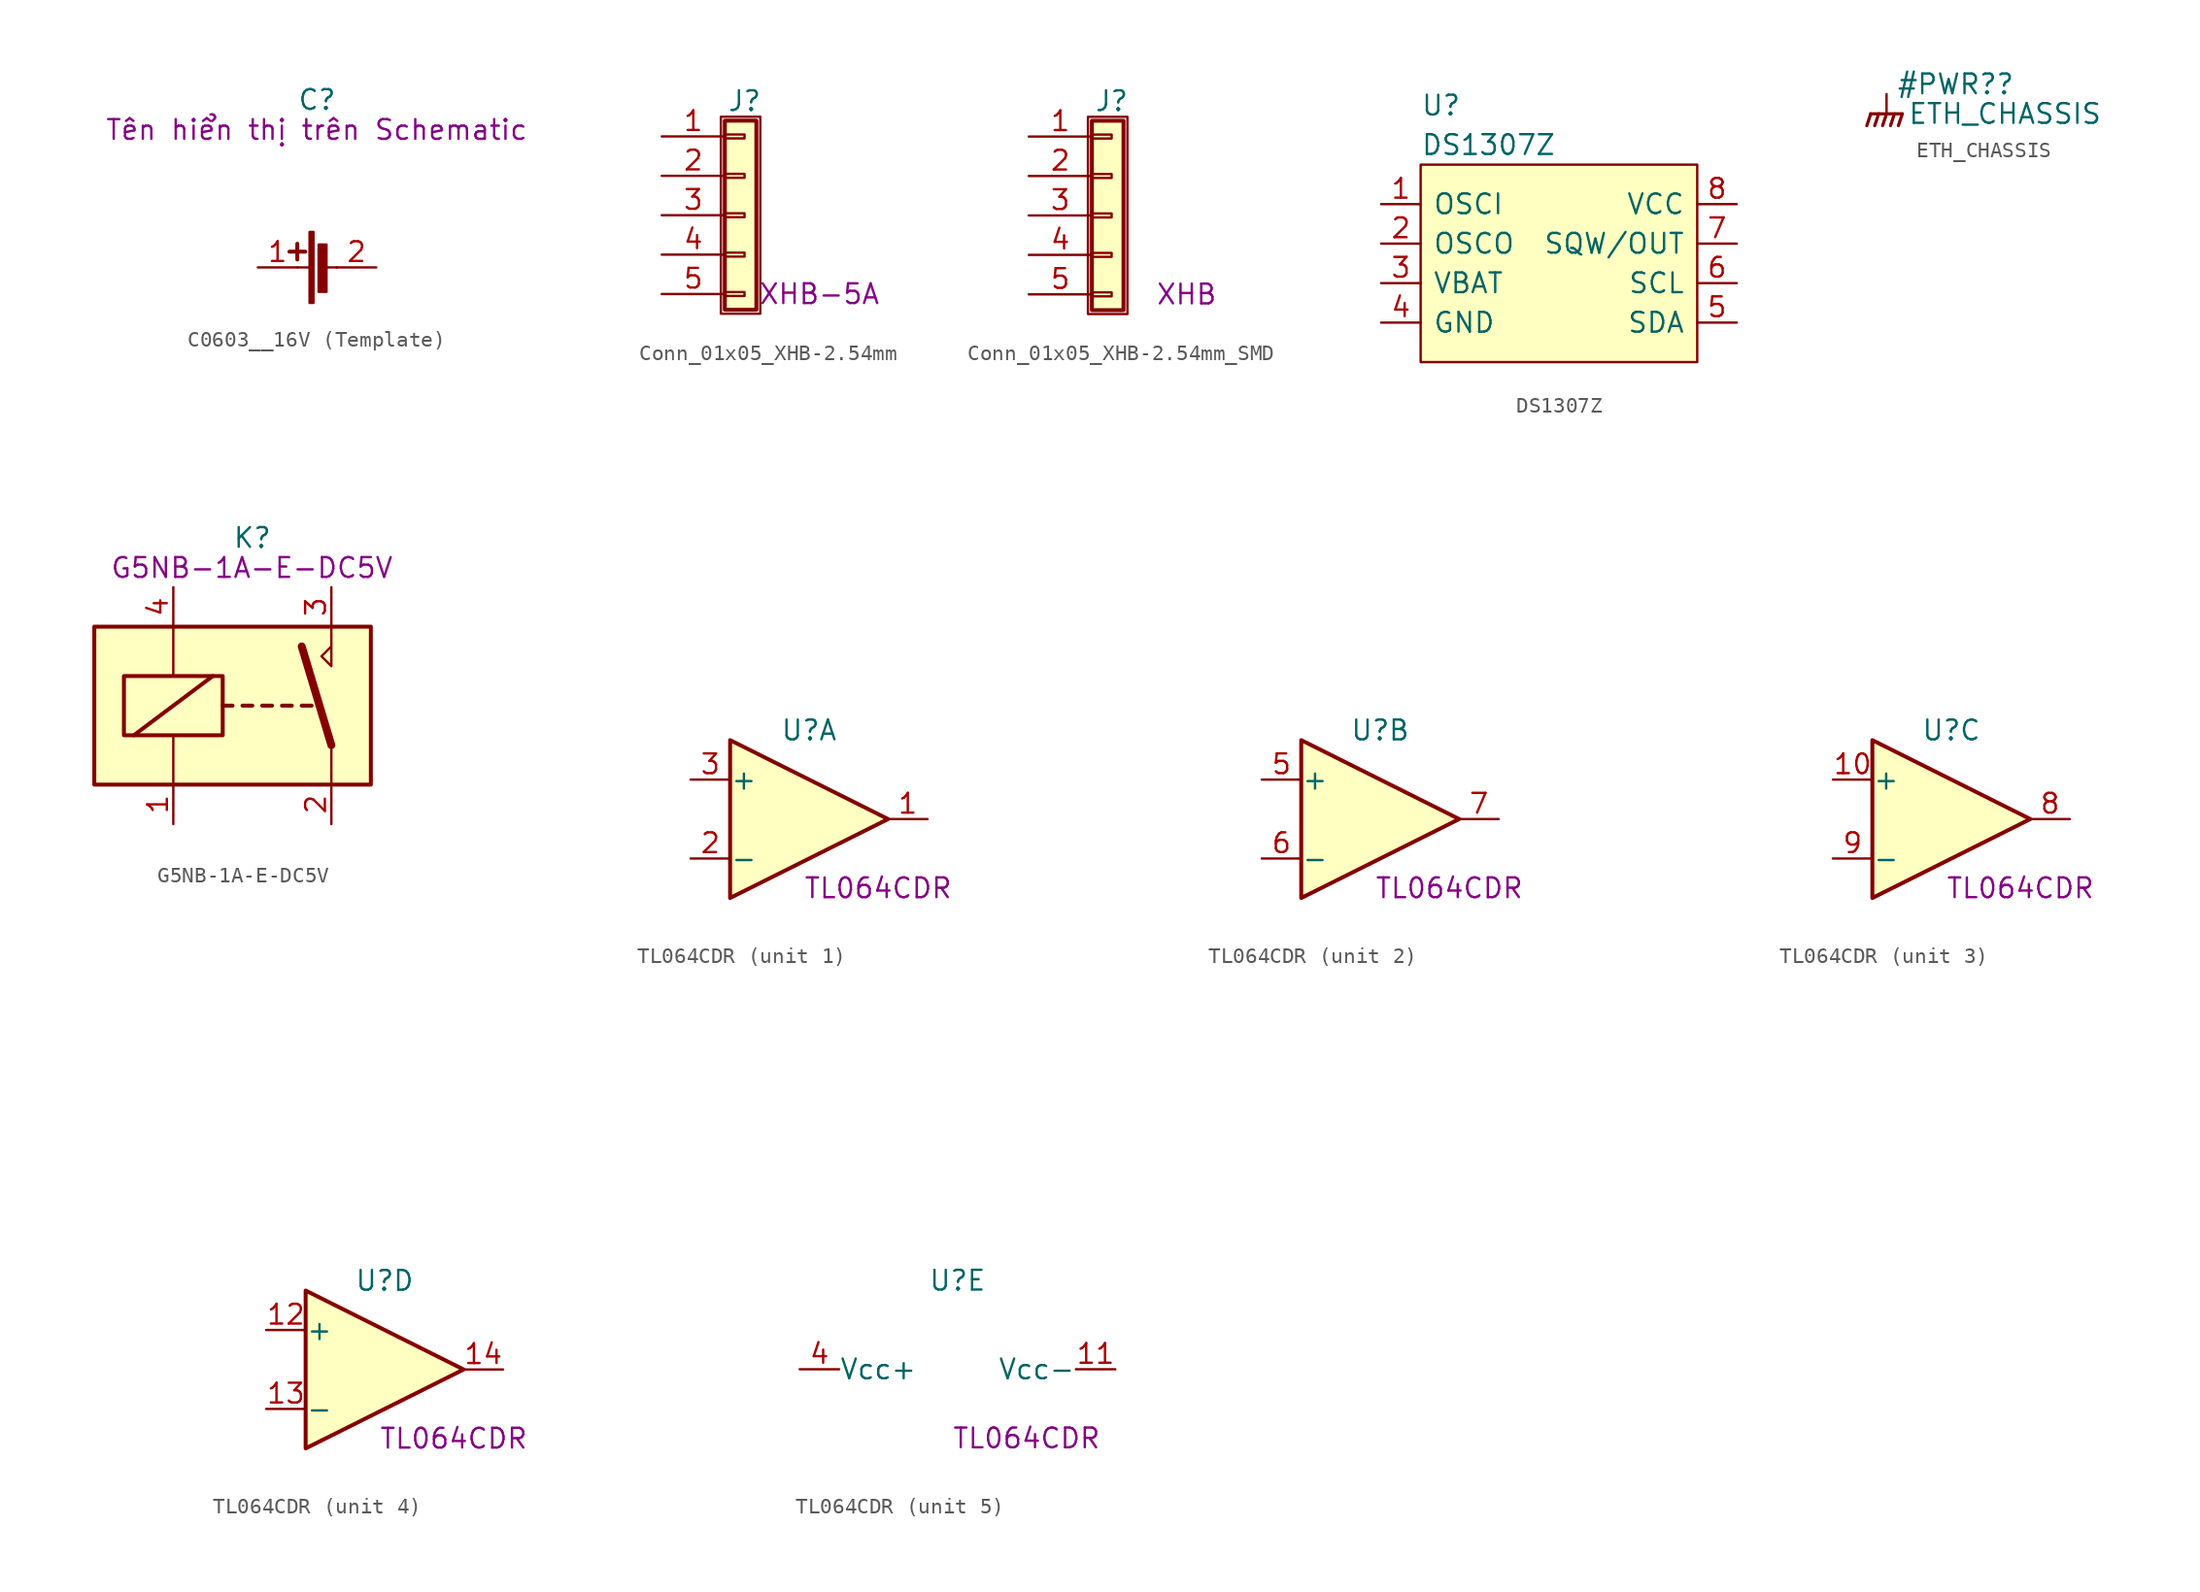
<source format=kicad_sym>
(kicad_symbol_lib
  (version 20211014)
  (generator kicad_symbol_editor)
  (symbol "C0603__16V (Template)"
    (pin_names
      (offset 1.016))
    (property "Reference" "C"
      (at 0 10.795 0)
      (effects (font (size 1.27 1.27))))
    (property "Symbol" "Tên hiển thị trên Schematic"
      (at -0.025 8.865 0)
      (effects (font (size 1.27 1.27))))
    (symbol "C0603__16V (Template)_0_1"
      (rectangle (start -0.483 -2.286) (end -0.229 2.286) (stroke (width 0) (type default) (color 0 0 0 0)) (fill (type outline)))
      (polyline (pts (xy -1.778 1.016) (xy -0.762 1.016)) (stroke (width 0.254) (type default) (color 0 0 0 0)) (fill (type none)))
      (polyline (pts (xy -1.27 0.508) (xy -1.27 1.524)) (stroke (width 0.254) (type default) (color 0 0 0 0)) (fill (type none)))
      (polyline (pts (xy -0.483 0) (xy -1.245 0)) (stroke (width 0) (type default) (color 0 0 0 0)) (fill (type none)))
      (polyline (pts (xy 0.533 0) (xy 1.295 0)) (stroke (width 0) (type default) (color 0 0 0 0)) (fill (type none)))
      (rectangle (start 0.102 -1.575) (end 0.61 1.473) (stroke (width 0) (type default) (color 0 0 0 0)) (fill (type outline))))
    (symbol "C0603__16V (Template)_1_1"
      (pin passive line (at -3.81 0 0) (length 2.54) (name "~" (effects (font (size 1.27 1.27)))) (number "1" (effects (font (size 1.27 1.27)))))
      (pin passive line (at 3.81 0 180) (length 2.54) (name "~" (effects (font (size 1.27 1.27)))) (number "2" (effects (font (size 1.27 1.27)))))))
  (symbol "Conn_01x05_XHB-2.54mm"
    (pin_names
      (offset 1.016) hide)
    (property "Reference" "J"
      (at 0.254 7.366 0)
      (effects (font (size 1.27 1.27))))
    (property "Symbol" "XHB-5A"
      (at 5.08 -5.08 0)
      (effects (font (size 1.27 1.27))))
    (symbol "Conn_01x05_XHB-2.54mm_1_1"
      (rectangle (start -1.27 6.35) (end 1.27 -6.35) (stroke (width 0.152) (type default) (color 0 0 0 0)) (fill (type none)))
      (rectangle (start -1.016 -4.953) (end 0.254 -5.207) (stroke (width 0.152) (type default) (color 0 0 0 0)) (fill (type none)))
      (rectangle (start -1.016 -2.413) (end 0.254 -2.667) (stroke (width 0.152) (type default) (color 0 0 0 0)) (fill (type none)))
      (rectangle (start -1.016 0.127) (end 0.254 -0.127) (stroke (width 0.152) (type default) (color 0 0 0 0)) (fill (type none)))
      (rectangle (start -1.016 2.667) (end 0.254 2.413) (stroke (width 0.152) (type default) (color 0 0 0 0)) (fill (type none)))
      (rectangle (start -1.016 5.207) (end 0.254 4.953) (stroke (width 0.152) (type default) (color 0 0 0 0)) (fill (type none)))
      (rectangle (start -1.016 6.096) (end 1.016 -6.096) (stroke (width 0.254) (type default) (color 0 0 0 0)) (fill (type background)))
      (pin passive line (at -5.08 5.08 0) (length 4.064) (name "Pin_1" (effects (font (size 1.27 1.27)))) (number "1" (effects (font (size 1.27 1.27)))))
      (pin passive line (at -5.08 2.54 0) (length 4.064) (name "Pin_2" (effects (font (size 1.27 1.27)))) (number "2" (effects (font (size 1.27 1.27)))))
      (pin passive line (at -5.08 0 0) (length 4.064) (name "Pin_3" (effects (font (size 1.27 1.27)))) (number "3" (effects (font (size 1.27 1.27)))))
      (pin passive line (at -5.08 -2.54 0) (length 4.064) (name "Pin_4" (effects (font (size 1.27 1.27)))) (number "4" (effects (font (size 1.27 1.27)))))
      (pin passive line (at -5.08 -5.08 0) (length 4.064) (name "Pin_5" (effects (font (size 1.27 1.27)))) (number "5" (effects (font (size 1.27 1.27)))))))
  (symbol "Conn_01x05_XHB-2.54mm_SMD"
    (pin_names
      (offset 1.016) hide)
    (property "Reference" "J"
      (at 0.254 7.366 0)
      (effects (font (size 1.27 1.27))))
    (property "Symbol" "XHB"
      (at 5.08 -5.08 0)
      (effects (font (size 1.27 1.27))))
    (symbol "Conn_01x05_XHB-2.54mm_SMD_1_1"
      (rectangle (start -1.27 6.35) (end 1.27 -6.35) (stroke (width 0.152) (type default) (color 0 0 0 0)) (fill (type none)))
      (rectangle (start -1.016 -4.953) (end 0.254 -5.207) (stroke (width 0.152) (type default) (color 0 0 0 0)) (fill (type none)))
      (rectangle (start -1.016 -2.413) (end 0.254 -2.667) (stroke (width 0.152) (type default) (color 0 0 0 0)) (fill (type none)))
      (rectangle (start -1.016 0.127) (end 0.254 -0.127) (stroke (width 0.152) (type default) (color 0 0 0 0)) (fill (type none)))
      (rectangle (start -1.016 2.667) (end 0.254 2.413) (stroke (width 0.152) (type default) (color 0 0 0 0)) (fill (type none)))
      (rectangle (start -1.016 5.207) (end 0.254 4.953) (stroke (width 0.152) (type default) (color 0 0 0 0)) (fill (type none)))
      (rectangle (start -1.016 6.096) (end 1.016 -6.096) (stroke (width 0.254) (type default) (color 0 0 0 0)) (fill (type background)))
      (pin passive line (at -5.08 5.08 0) (length 4.064) (name "Pin_1" (effects (font (size 1.27 1.27)))) (number "1" (effects (font (size 1.27 1.27)))))
      (pin passive line (at -5.08 2.54 0) (length 4.064) (name "Pin_2" (effects (font (size 1.27 1.27)))) (number "2" (effects (font (size 1.27 1.27)))))
      (pin passive line (at -5.08 0 0) (length 4.064) (name "Pin_3" (effects (font (size 1.27 1.27)))) (number "3" (effects (font (size 1.27 1.27)))))
      (pin passive line (at -5.08 -2.54 0) (length 4.064) (name "Pin_4" (effects (font (size 1.27 1.27)))) (number "4" (effects (font (size 1.27 1.27)))))
      (pin passive line (at -5.08 -5.08 0) (length 4.064) (name "Pin_5" (effects (font (size 1.27 1.27)))) (number "5" (effects (font (size 1.27 1.27)))))))
  (symbol "DS1307Z"
    (pin_names
      (offset 0.762))
    (property "Reference" "U"
      (at -8.89 10.16 0)
      (effects (font (size 1.27 1.27)) (justify left)))
    (property "Value" "DS1307Z"
      (at -8.89 7.62 0)
      (effects (font (size 1.27 1.27)) (justify left)))
    (symbol "DS1307Z_0_0"
      (pin passive line (at -11.43 3.81 0) (length 2.54) (name "OSCI" (effects (font (size 1.27 1.27)))) (number "1" (effects (font (size 1.27 1.27)))))
      (pin passive line (at -11.43 1.27 0) (length 2.54) (name "OSCO" (effects (font (size 1.27 1.27)))) (number "2" (effects (font (size 1.27 1.27)))))
      (pin passive line (at -11.43 -1.27 0) (length 2.54) (name "VBAT" (effects (font (size 1.27 1.27)))) (number "3" (effects (font (size 1.27 1.27)))))
      (pin passive line (at -11.43 -3.81 0) (length 2.54) (name "GND" (effects (font (size 1.27 1.27)))) (number "4" (effects (font (size 1.27 1.27)))))
      (pin passive line (at 11.43 -3.81 180) (length 2.54) (name "SDA" (effects (font (size 1.27 1.27)))) (number "5" (effects (font (size 1.27 1.27)))))
      (pin passive line (at 11.43 -1.27 180) (length 2.54) (name "SCL" (effects (font (size 1.27 1.27)))) (number "6" (effects (font (size 1.27 1.27)))))
      (pin passive line (at 11.43 1.27 180) (length 2.54) (name "SQW/OUT" (effects (font (size 1.27 1.27)))) (number "7" (effects (font (size 1.27 1.27)))))
      (pin passive line (at 11.43 3.81 180) (length 2.54) (name "VCC" (effects (font (size 1.27 1.27)))) (number "8" (effects (font (size 1.27 1.27))))))
    (symbol "DS1307Z_0_1"
      (polyline (pts (xy -8.89 6.35) (xy 8.89 6.35) (xy 8.89 -6.35) (xy -8.89 -6.35) (xy -8.89 6.35)) (stroke (width 0.152) (type default) (color 0 0 0 0)) (fill (type background)))))
  (symbol "ETH_CHASSIS"
    (power)
    (property "Reference" "#PWR?"
      (at 4.445 0.635 0)
      (effects (font (size 1.27 1.27))))
    (property "Value" "ETH_CHASSIS"
      (at 7.62 -1.27 0)
      (effects (font (size 1.27 1.27))))
    (symbol "ETH_CHASSIS_0_1"
      (polyline (pts (xy 0 -1.27) (xy 0 0)) (stroke (width 0) (type default) (color 0 0 0 0)) (fill (type none)))
      (polyline (pts (xy -1.016 -1.27) (xy -1.27 -2.032) (xy -1.27 -2.032)) (stroke (width 0.203) (type default) (color 0 0 0 0)) (fill (type none)))
      (polyline (pts (xy -0.508 -1.27) (xy -0.762 -2.032) (xy -0.762 -2.032)) (stroke (width 0.203) (type default) (color 0 0 0 0)) (fill (type none)))
      (polyline (pts (xy 0 -1.27) (xy -0.254 -2.032) (xy -0.254 -2.032)) (stroke (width 0.203) (type default) (color 0 0 0 0)) (fill (type none)))
      (polyline (pts (xy 0.508 -1.27) (xy 0.254 -2.032) (xy 0.254 -2.032)) (stroke (width 0.203) (type default) (color 0 0 0 0)) (fill (type none)))
      (polyline (pts (xy 1.016 -1.27) (xy -1.016 -1.27) (xy -1.016 -1.27)) (stroke (width 0.203) (type default) (color 0 0 0 0)) (fill (type none)))
      (polyline (pts (xy 1.016 -1.27) (xy 0.762 -2.032) (xy 0.762 -2.032) (xy 0.762 -2.032)) (stroke (width 0.203) (type default) (color 0 0 0 0)) (fill (type none))))
    (symbol "ETH_CHASSIS_1_1"
      (pin power_in line (at 0 0 270) (length 0) hide (name "ETH_CHASSIS" (effects (font (size 1.27 1.27)))) (number "1" (effects (font (size 1.27 1.27)))))))
  (symbol "G5NB-1A-E-DC5V"
    (pin_names
      (offset 1.016))
    (property "Reference" "K"
      (at 0 10.795 0)
      (effects (font (size 1.27 1.27))))
    (property "Symbol" "G5NB-1A-E-DC5V"
      (at -0.025 8.865 0)
      (effects (font (size 1.27 1.27))))
    (symbol "G5NB-1A-E-DC5V_0_0"
      (polyline (pts (xy 5.08 5.08) (xy 5.08 2.54) (xy 4.445 3.175) (xy 5.08 3.81)) (stroke (width 0) (type default) (color 0 0 0 0)) (fill (type none))))
    (symbol "G5NB-1A-E-DC5V_0_1"
      (rectangle (start -10.16 5.08) (end 7.62 -5.08) (stroke (width 0.254) (type default) (color 0 0 0 0)) (fill (type background)))
      (rectangle (start -8.255 1.905) (end -1.905 -1.905) (stroke (width 0.254) (type default) (color 0 0 0 0)) (fill (type none)))
      (polyline (pts (xy -7.62 -1.905) (xy -2.54 1.905)) (stroke (width 0.254) (type default) (color 0 0 0 0)) (fill (type none)))
      (polyline (pts (xy -5.08 -5.08) (xy -5.08 -1.905)) (stroke (width 0) (type default) (color 0 0 0 0)) (fill (type none)))
      (polyline (pts (xy -5.08 5.08) (xy -5.08 1.905)) (stroke (width 0) (type default) (color 0 0 0 0)) (fill (type none)))
      (polyline (pts (xy -1.905 0) (xy -1.27 0)) (stroke (width 0.254) (type default) (color 0 0 0 0)) (fill (type none)))
      (polyline (pts (xy -0.635 0) (xy 0 0)) (stroke (width 0.254) (type default) (color 0 0 0 0)) (fill (type none)))
      (polyline (pts (xy 0.635 0) (xy 1.27 0)) (stroke (width 0.254) (type default) (color 0 0 0 0)) (fill (type none)))
      (polyline (pts (xy 1.905 0) (xy 2.54 0)) (stroke (width 0.254) (type default) (color 0 0 0 0)) (fill (type none)))
      (polyline (pts (xy 3.175 0) (xy 3.81 0)) (stroke (width 0.254) (type default) (color 0 0 0 0)) (fill (type none)))
      (polyline (pts (xy 5.08 -2.54) (xy 3.175 3.81)) (stroke (width 0.508) (type default) (color 0 0 0 0)) (fill (type none)))
      (polyline (pts (xy 5.08 -2.54) (xy 5.08 -5.08)) (stroke (width 0) (type default) (color 0 0 0 0)) (fill (type none))))
    (symbol "G5NB-1A-E-DC5V_1_1"
      (pin passive line (at -5.08 -7.62 90) (length 2.54) (name "~" (effects (font (size 1.27 1.27)))) (number "1" (effects (font (size 1.27 1.27)))))
      (pin passive line (at 5.08 -7.62 90) (length 2.54) (name "~" (effects (font (size 1.27 1.27)))) (number "2" (effects (font (size 1.27 1.27)))))
      (pin passive line (at 5.08 7.62 270) (length 2.54) (name "~" (effects (font (size 1.27 1.27)))) (number "3" (effects (font (size 1.27 1.27)))))
      (pin passive line (at -5.08 7.62 270) (length 2.54) (name "~" (effects (font (size 1.27 1.27)))) (number "4" (effects (font (size 1.27 1.27)))))))
  (symbol "TL064CDR"
    (pin_names
      (offset 0.002))
    (property "Reference" "U"
      (at 0 5.715 0)
      (effects (font (size 1.27 1.27))))
    (property "Symbol" "TL064CDR"
      (at 4.445 -4.445 0)
      (effects (font (size 1.27 1.27))))
    (symbol "TL064CDR_0_0"
      (text "" (at -17.78 12.7 0) (effects (font (size 1.27 1.27))))
      (text "" (at -8.89 0.635 0) (effects (font (size 1.27 1.27))))
      (text "" (at -7.62 0.635 0) (effects (font (size 1.27 1.27))))
      (text "" (at -7.62 0.635 0) (effects (font (size 1.27 1.27))))
      (text "" (at -7.62 0.635 0) (effects (font (size 1.27 1.27))))
      (text "" (at -5.715 18.415 0) (effects (font (size 1.27 1.27))))
      (text "" (at -3.175 1.905 0) (effects (font (size 1.27 1.27))))
      (text "" (at -3.175 1.905 0) (effects (font (size 1.27 1.27))))
      (text "" (at -3.175 1.905 0) (effects (font (size 1.27 1.27))))
      (text "" (at -3.175 1.905 0) (effects (font (size 1.27 1.27))))
      (text "" (at -1.27 4.445 0) (effects (font (size 1.27 1.27))))
      (text "" (at -1.27 4.445 0) (effects (font (size 1.27 1.27))))
      (text "" (at -1.27 4.445 0) (effects (font (size 1.27 1.27))))
      (text "" (at -1.27 4.445 0) (effects (font (size 1.27 1.27))))
      (text "" (at -1.27 4.445 0) (effects (font (size 1.27 1.27))))
      (text "" (at -1.27 4.445 0) (effects (font (size 1.27 1.27))))
      (text "" (at -1.27 4.445 0) (effects (font (size 1.27 1.27))))
      (text "" (at -1.27 4.445 0) (effects (font (size 1.27 1.27))))
      (text "" (at 0 4.445 0) (effects (font (size 1.27 1.27))))
      (text "" (at 0 4.445 0) (effects (font (size 1.27 1.27))))
      (text "" (at 0 4.445 0) (effects (font (size 1.27 1.27))))
      (text "" (at 0 4.445 0) (effects (font (size 1.27 1.27))))
      (text "" (at 0 4.445 0) (effects (font (size 1.27 1.27))))
      (text "" (at 0 4.445 0) (effects (font (size 1.27 1.27))))
      (text "" (at 0 4.445 0) (effects (font (size 1.27 1.27))))
      (text "" (at 0 4.445 0) (effects (font (size 1.27 1.27)))))
    (symbol "TL064CDR_1_1"
      (polyline (pts (xy -5.08 5.08) (xy 5.08 0) (xy -5.08 -5.08) (xy -5.08 5.08)) (stroke (width 0.254) (type default) (color 0 0 0 0)) (fill (type background)))
      (pin output line (at 7.62 0 180) (length 2.54) (name "~" (effects (font (size 1.27 1.27)))) (number "1" (effects (font (size 1.27 1.27)))))
      (pin input line (at -7.62 -2.54 0) (length 2.54) (name "-" (effects (font (size 1.27 1.27)))) (number "2" (effects (font (size 1.27 1.27)))))
      (pin input line (at -7.62 2.54 0) (length 2.54) (name "+" (effects (font (size 1.27 1.27)))) (number "3" (effects (font (size 1.27 1.27))))))
    (symbol "TL064CDR_2_1"
      (polyline (pts (xy -5.08 5.08) (xy 5.08 0) (xy -5.08 -5.08) (xy -5.08 5.08)) (stroke (width 0.254) (type default) (color 0 0 0 0)) (fill (type background)))
      (pin input line (at -7.62 2.54 0) (length 2.54) (name "+" (effects (font (size 1.27 1.27)))) (number "5" (effects (font (size 1.27 1.27)))))
      (pin input line (at -7.62 -2.54 0) (length 2.54) (name "-" (effects (font (size 1.27 1.27)))) (number "6" (effects (font (size 1.27 1.27)))))
      (pin output line (at 7.62 0 180) (length 2.54) (name "~" (effects (font (size 1.27 1.27)))) (number "7" (effects (font (size 1.27 1.27))))))
    (symbol "TL064CDR_3_1"
      (polyline (pts (xy -5.08 5.08) (xy 5.08 0) (xy -5.08 -5.08) (xy -5.08 5.08)) (stroke (width 0.254) (type default) (color 0 0 0 0)) (fill (type background)))
      (pin input line (at -7.62 2.54 0) (length 2.54) (name "+" (effects (font (size 1.27 1.27)))) (number "10" (effects (font (size 1.27 1.27)))))
      (pin output line (at 7.62 0 180) (length 2.54) (name "~" (effects (font (size 1.27 1.27)))) (number "8" (effects (font (size 1.27 1.27)))))
      (pin input line (at -7.62 -2.54 0) (length 2.54) (name "-" (effects (font (size 1.27 1.27)))) (number "9" (effects (font (size 1.27 1.27))))))
    (symbol "TL064CDR_4_1"
      (polyline (pts (xy -5.08 5.08) (xy 5.08 0) (xy -5.08 -5.08) (xy -5.08 5.08)) (stroke (width 0.254) (type default) (color 0 0 0 0)) (fill (type background)))
      (pin input line (at -7.62 2.54 0) (length 2.54) (name "+" (effects (font (size 1.27 1.27)))) (number "12" (effects (font (size 1.27 1.27)))))
      (pin input line (at -7.62 -2.54 0) (length 2.54) (name "-" (effects (font (size 1.27 1.27)))) (number "13" (effects (font (size 1.27 1.27)))))
      (pin output line (at 7.62 0 180) (length 2.54) (name "~" (effects (font (size 1.27 1.27)))) (number "14" (effects (font (size 1.27 1.27))))))
    (symbol "TL064CDR_5_1"
      (pin input line (at 10.16 0 180) (length 2.54) (name "Vcc-" (effects (font (size 1.27 1.27)))) (number "11" (effects (font (size 1.27 1.27)))))
      (pin input line (at -10.16 0 0) (length 2.54) (name "Vcc+" (effects (font (size 1.27 1.27)))) (number "4" (effects (font (size 1.27 1.27))))))))
</source>
